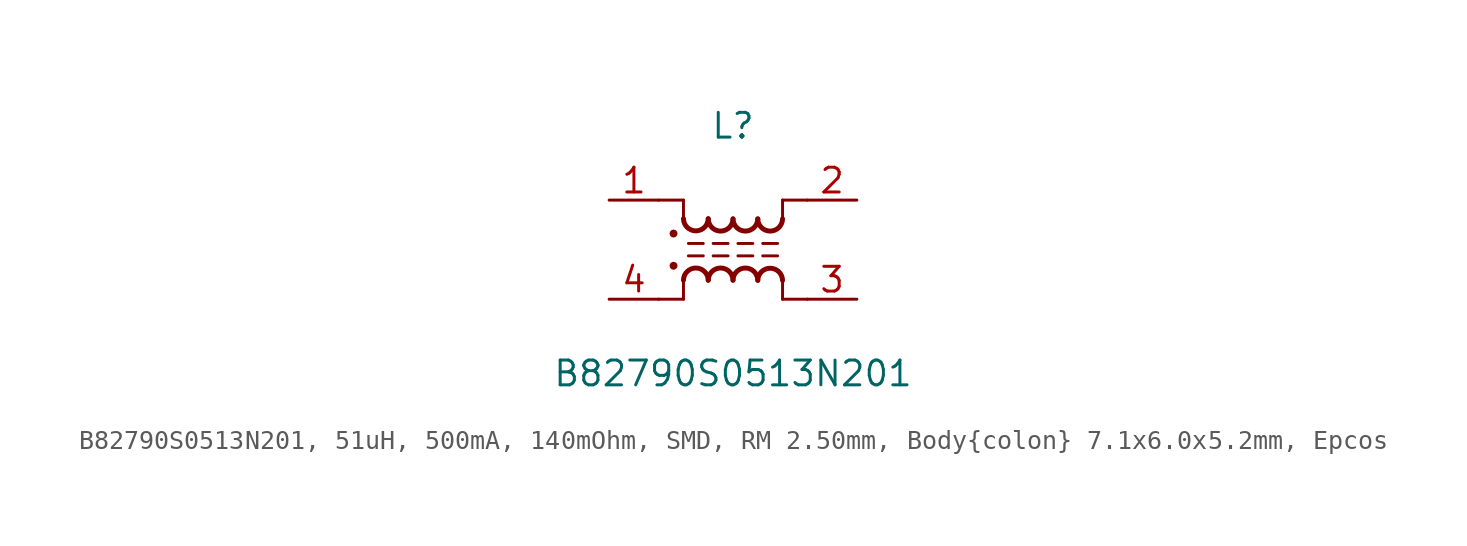
<source format=kicad_sym>
(kicad_symbol_lib
  (version 20231120)
  (generator "kicad_symbol_editor")
  (generator_version "8.0")
  (symbol "B82790S0513N201, 51uH, 500mA, 140mOhm, SMD, RM 2.50mm, Body{colon} 7.1x6.0x5.2mm, Epcos"
    (pin_names
      (offset 0) hide)
    (property "Reference" "L"
      (at 0 6.35 0)
      (effects (font (size 1.27 1.27))))
    (property "Value" "B82790S0513N201"
      (at 0 -6.35 0)
      (effects (font (size 1.27 1.27))))
    (symbol "B82790S0513N201, 51uH, 500mA, 140mOhm, SMD, RM 2.50mm, Body{colon} 7.1x6.0x5.2mm, Epcos_0_1"
      (polyline (pts (xy -1.524 -0.318) (xy -2.286 -0.318)) (stroke (width 0) (type default)) (fill (type none)))
      (polyline (pts (xy -1.524 0.318) (xy -2.286 0.318)) (stroke (width 0) (type default)) (fill (type none)))
      (polyline (pts (xy -0.254 -0.318) (xy -1.016 -0.318)) (stroke (width 0) (type default)) (fill (type none)))
      (polyline (pts (xy -0.254 0.318) (xy -1.016 0.318)) (stroke (width 0) (type default)) (fill (type none)))
      (polyline (pts (xy 1.016 -0.318) (xy 0.254 -0.318)) (stroke (width 0) (type default)) (fill (type none)))
      (polyline (pts (xy 1.016 0.318) (xy 0.254 0.318)) (stroke (width 0) (type default)) (fill (type none)))
      (polyline (pts (xy 2.286 -0.318) (xy 1.524 -0.318)) (stroke (width 0) (type default)) (fill (type none)))
      (polyline (pts (xy 2.286 0.318) (xy 1.524 0.318)) (stroke (width 0) (type default)) (fill (type none))))
    (symbol "B82790S0513N201, 51uH, 500mA, 140mOhm, SMD, RM 2.50mm, Body{colon} 7.1x6.0x5.2mm, Epcos_1_1"
      (circle (center -3.048 -0.826) (radius 0.127) (stroke (width 0) (type default)) (fill (type outline)))
      (circle (center -3.048 0.826) (radius 0.127) (stroke (width 0) (type default)) (fill (type outline)))
      (arc (start -2.54 1.5875) (mid -1.905 0.9637) (end -1.27 1.5875) (stroke (width 0.254) (type default)) (fill (type none)))
      (arc (start -1.27 -1.5649) (mid -1.905 -0.9411) (end -2.54 -1.5649) (stroke (width 0.254) (type default)) (fill (type none)))
      (arc (start -1.27 1.5762) (mid -0.635 0.9524) (end 0 1.5762) (stroke (width 0.254) (type default)) (fill (type none)))
      (arc (start 0 -1.5649) (mid -0.635 -0.9411) (end -1.27 -1.5649) (stroke (width 0.254) (type default)) (fill (type none)))
      (polyline (pts (xy -2.54 -2.54) (xy -3.81 -2.54)) (stroke (width 0) (type default)) (fill (type none)))
      (polyline (pts (xy -2.54 -2.54) (xy -2.54 -1.588)) (stroke (width 0) (type default)) (fill (type none)))
      (polyline (pts (xy -2.54 2.54) (xy -3.81 2.54)) (stroke (width 0) (type default)) (fill (type none)))
      (polyline (pts (xy -2.54 2.54) (xy -2.54 1.588)) (stroke (width 0) (type default)) (fill (type none)))
      (polyline (pts (xy 2.54 -2.54) (xy 2.54 -1.587)) (stroke (width 0) (type default)) (fill (type none)))
      (polyline (pts (xy 2.54 -2.54) (xy 3.81 -2.54)) (stroke (width 0) (type default)) (fill (type none)))
      (polyline (pts (xy 2.54 2.54) (xy 2.54 1.587)) (stroke (width 0) (type default)) (fill (type none)))
      (polyline (pts (xy 2.54 2.54) (xy 3.81 2.54)) (stroke (width 0) (type default)) (fill (type none)))
      (arc (start 0 1.5762) (mid 0.635 0.9524) (end 1.27 1.5762) (stroke (width 0.254) (type default)) (fill (type none)))
      (arc (start 1.27 -1.5649) (mid 0.635 -0.9411) (end 0 -1.5649) (stroke (width 0.254) (type default)) (fill (type none)))
      (arc (start 1.27 1.5762) (mid 1.905 0.9524) (end 2.54 1.5762) (stroke (width 0.254) (type default)) (fill (type none)))
      (arc (start 2.54 -1.5762) (mid 1.905 -0.9524) (end 1.27 -1.5762) (stroke (width 0.254) (type default)) (fill (type none)))
      (pin passive line (at -6.35 2.54 0) (length 2.54) (name "1" (effects (font (size 1.27 1.27)))) (number "1" (effects (font (size 1.27 1.27)))))
      (pin passive line (at 6.35 2.54 180) (length 2.54) (name "2" (effects (font (size 1.27 1.27)))) (number "2" (effects (font (size 1.27 1.27)))))
      (pin passive line (at 6.35 -2.54 180) (length 2.54) (name "3" (effects (font (size 1.27 1.27)))) (number "3" (effects (font (size 1.27 1.27)))))
      (pin passive line (at -6.35 -2.54 0) (length 2.54) (name "4" (effects (font (size 1.27 1.27)))) (number "4" (effects (font (size 1.27 1.27))))))))
</source>
